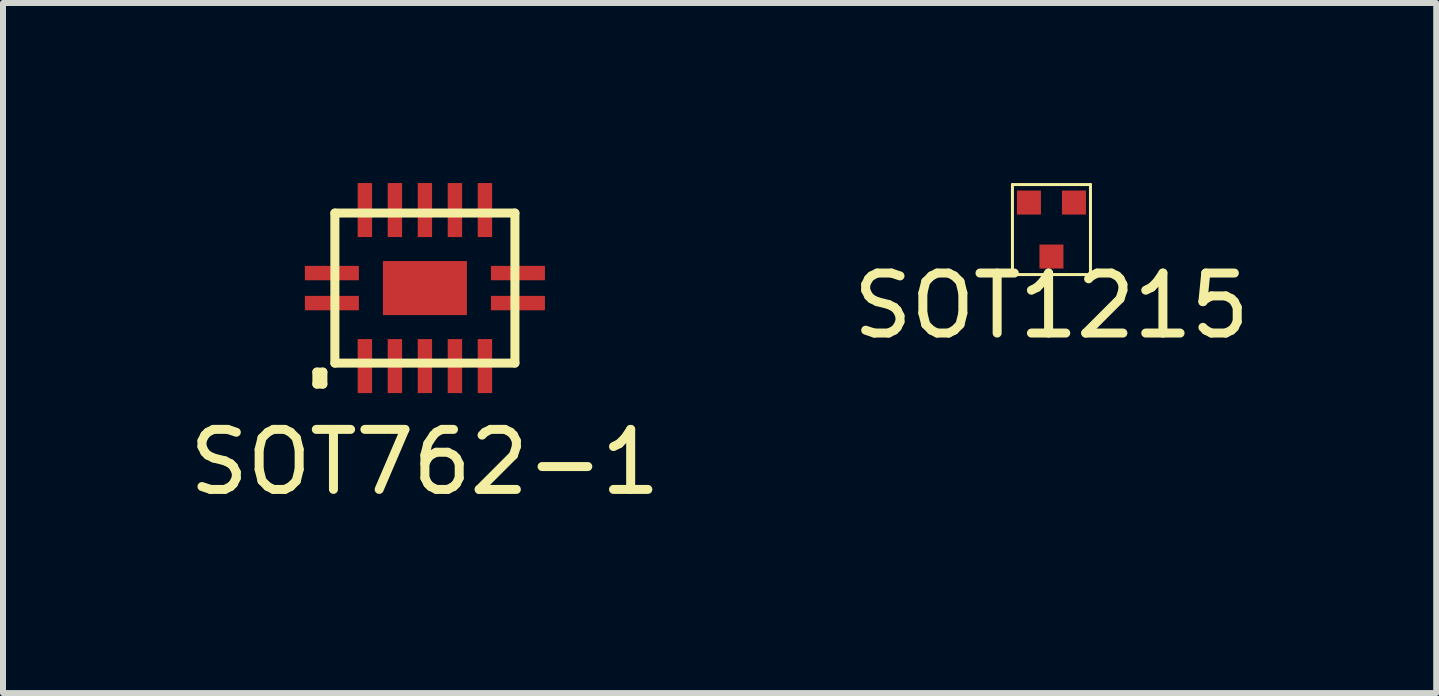
<source format=kicad_pcb>
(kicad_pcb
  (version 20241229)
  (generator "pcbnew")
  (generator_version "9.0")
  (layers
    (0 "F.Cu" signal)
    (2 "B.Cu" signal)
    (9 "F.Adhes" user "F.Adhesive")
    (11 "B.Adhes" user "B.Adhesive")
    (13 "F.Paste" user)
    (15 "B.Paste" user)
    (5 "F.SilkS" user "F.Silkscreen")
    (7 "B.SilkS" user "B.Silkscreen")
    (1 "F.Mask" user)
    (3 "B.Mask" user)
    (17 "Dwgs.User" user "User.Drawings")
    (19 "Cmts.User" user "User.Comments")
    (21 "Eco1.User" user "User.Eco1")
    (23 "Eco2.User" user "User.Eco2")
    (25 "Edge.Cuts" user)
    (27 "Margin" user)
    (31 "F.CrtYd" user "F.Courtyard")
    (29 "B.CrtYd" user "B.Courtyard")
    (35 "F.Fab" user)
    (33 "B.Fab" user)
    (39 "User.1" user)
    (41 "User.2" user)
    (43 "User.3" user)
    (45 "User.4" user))
  (footprint "SOT1215"
    (layer "F.Cu")
    (at 14.47 0.775)
    (property "Reference" "SOT1215" (at 0 1.27 0) (layer "F.SilkS") (effects (font (size 1 1) (thickness 0.15))))
    (attr through_hole)
    (fp_line (start -0.65 -0.75) (end 0.65 -0.75) (stroke (width 0.05) (type solid)) (layer "F.SilkS"))
    (fp_line (start -0.65 0.75) (end -0.65 -0.75) (stroke (width 0.05) (type solid)) (layer "F.SilkS"))
    (fp_line (start 0.65 -0.75) (end 0.65 0.75) (stroke (width 0.05) (type solid)) (layer "F.SilkS"))
    (fp_line (start 0.65 0.75) (end -0.65 0.75) (stroke (width 0.05) (type solid)) (layer "F.SilkS"))
    (pad "1" smd rect (at 0.375 -0.45) (size 0.4 0.4) (layers "F.Cu" "F.Mask" "F.Paste"))
    (pad "2" smd rect (at -0.375 -0.45) (size 0.4 0.4) (layers "F.Cu" "F.Mask" "F.Paste"))
    (pad "3" smd rect (at 0 0.45) (size 0.4 0.4) (layers "F.Cu" "F.Mask" "F.Paste")))
  (footprint "SOT762-1"
    (layer "F.Cu")
    (at 4.03 1.75)
    (property "Reference" "SOT762-1" (at 0 2.9 0) (layer "F.SilkS") (effects (font (size 1 1) (thickness 0.15))))
    (attr through_hole)
    (fp_line (start -1.8 1.4) (end -1.8 1.6) (stroke (width 0.15) (type solid)) (layer "F.SilkS"))
    (fp_line (start -1.8 1.6) (end -1.7 1.6) (stroke (width 0.15) (type solid)) (layer "F.SilkS"))
    (fp_line (start -1.7 1.4) (end -1.8 1.4) (stroke (width 0.15) (type solid)) (layer "F.SilkS"))
    (fp_line (start -1.7 1.6) (end -1.7 1.4) (stroke (width 0.15) (type solid)) (layer "F.SilkS"))
    (fp_line (start -1.5 -1.25) (end 1.5 -1.25) (stroke (width 0.15) (type solid)) (layer "F.SilkS"))
    (fp_line (start -1.5 1.25) (end -1.5 -1.25) (stroke (width 0.15) (type solid)) (layer "F.SilkS"))
    (fp_line (start 1.5 -1.25) (end 1.5 1.25) (stroke (width 0.15) (type solid)) (layer "F.SilkS"))
    (fp_line (start 1.5 1.25) (end -1.5 1.25) (stroke (width 0.15) (type solid)) (layer "F.SilkS"))
    (pad "1" smd rect (at -1.55 0.25 90) (size 0.24 0.9) (layers "F.Cu" "F.Mask" "F.Paste"))
    (pad "2" smd rect (at -1 1.3) (size 0.24 0.9) (layers "F.Cu" "F.Mask" "F.Paste"))
    (pad "3" smd rect (at -0.5 1.3) (size 0.24 0.9) (layers "F.Cu" "F.Mask" "F.Paste"))
    (pad "4" smd rect (at 0 1.3) (size 0.24 0.9) (layers "F.Cu" "F.Mask" "F.Paste"))
    (pad "5" smd rect (at 0.5 1.3) (size 0.24 0.9) (layers "F.Cu" "F.Mask" "F.Paste"))
    (pad "6" smd rect (at 1 1.3) (size 0.24 0.9) (layers "F.Cu" "F.Mask" "F.Paste"))
    (pad "7" smd rect (at 1.55 0.25 90) (size 0.24 0.9) (layers "F.Cu" "F.Mask" "F.Paste"))
    (pad "8" smd rect (at 1.55 -0.25 90) (size 0.24 0.9) (layers "F.Cu" "F.Mask" "F.Paste"))
    (pad "9" smd rect (at 1 -1.3 180) (size 0.24 0.9) (layers "F.Cu" "F.Mask" "F.Paste"))
    (pad "10" smd rect (at 0.5 -1.3 180) (size 0.24 0.9) (layers "F.Cu" "F.Mask" "F.Paste"))
    (pad "11" smd rect (at 0 -1.3 180) (size 0.24 0.9) (layers "F.Cu" "F.Mask" "F.Paste"))
    (pad "12" smd rect (at -0.5 -1.3 180) (size 0.24 0.9) (layers "F.Cu" "F.Mask" "F.Paste"))
    (pad "13" smd rect (at -1 -1.3 180) (size 0.24 0.9) (layers "F.Cu" "F.Mask" "F.Paste"))
    (pad "14" smd rect (at -1.55 -0.25 270) (size 0.24 0.9) (layers "F.Cu" "F.Mask" "F.Paste"))
    (pad "15" smd rect (at 0 0 270) (size 0.9 1.4) (layers "F.Cu" "F.Mask" "F.Paste")))
  (gr_rect
    (start -3 -3)
    (end 20.881 8.498)
    (stroke (width 0.1) (type default))
    (fill no)
    (layer "Edge.Cuts")))
</source>
